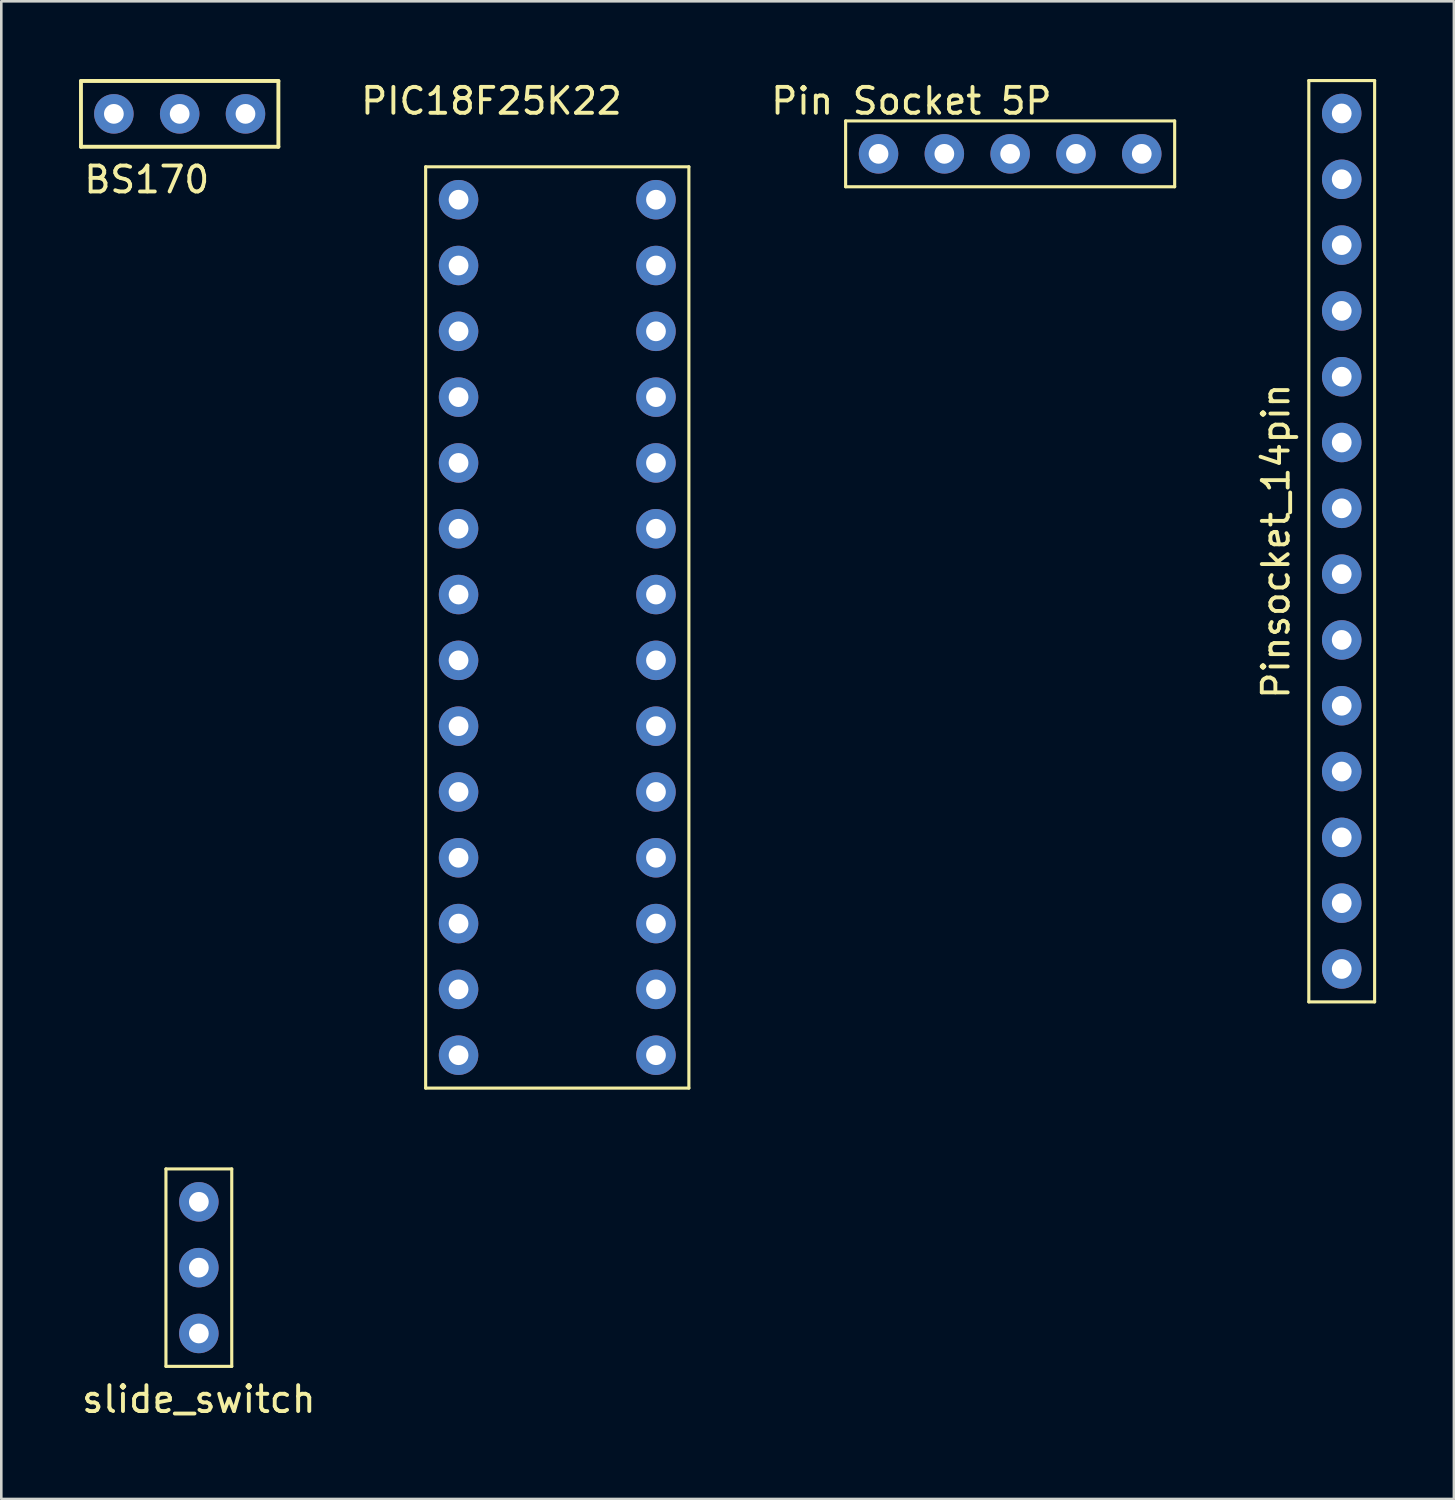
<source format=kicad_pcb>
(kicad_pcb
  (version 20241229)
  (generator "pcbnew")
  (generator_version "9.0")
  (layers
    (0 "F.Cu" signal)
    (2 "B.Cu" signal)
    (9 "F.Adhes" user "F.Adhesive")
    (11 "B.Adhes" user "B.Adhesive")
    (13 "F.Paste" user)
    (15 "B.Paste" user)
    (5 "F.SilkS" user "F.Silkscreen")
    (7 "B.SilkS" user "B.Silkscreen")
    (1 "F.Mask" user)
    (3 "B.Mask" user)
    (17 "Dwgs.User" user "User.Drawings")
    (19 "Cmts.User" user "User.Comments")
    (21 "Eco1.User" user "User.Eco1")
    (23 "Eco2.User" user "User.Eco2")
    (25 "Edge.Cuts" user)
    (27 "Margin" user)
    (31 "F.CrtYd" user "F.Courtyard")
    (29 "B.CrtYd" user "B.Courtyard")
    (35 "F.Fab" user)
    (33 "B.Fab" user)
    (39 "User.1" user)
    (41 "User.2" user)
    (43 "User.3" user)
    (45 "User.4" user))
  (footprint "Pin Socket 5P"
    (layer "F.Cu")
    (at 35.939 2.888)
    (property "Reference" "Pin Socket 5P" (at -3.81 -2.04 0) (layer "F.SilkS") (effects (font (size 1 1) (thickness 0.15))))
    (attr through_hole)
    (fp_line (start -6.35 -1.27) (end -6.35 1.27) (stroke (width 0.12) (type solid)) (layer "F.SilkS"))
    (fp_line (start -6.35 1.27) (end 6.35 1.27) (stroke (width 0.12) (type solid)) (layer "F.SilkS"))
    (fp_line (start 6.35 -1.27) (end -6.35 -1.27) (stroke (width 0.12) (type solid)) (layer "F.SilkS"))
    (fp_line (start 6.35 1.27) (end 6.35 -1.27) (stroke (width 0.12) (type solid)) (layer "F.SilkS"))
    (pad "1" thru_hole circle (at -5.08 0) (size 1.524 1.524) (drill 0.762) (layers "*.Cu" "*.Mask"))
    (pad "2" thru_hole circle (at -2.54 0) (size 1.524 1.524) (drill 0.762) (layers "*.Cu" "*.Mask"))
    (pad "3" thru_hole circle (at 0 0) (size 1.524 1.524) (drill 0.762) (layers "*.Cu" "*.Mask"))
    (pad "4" thru_hole circle (at 2.54 0) (size 1.524 1.524) (drill 0.762) (layers "*.Cu" "*.Mask"))
    (pad "5" thru_hole circle (at 5.08 0) (size 1.524 1.524) (drill 0.762) (layers "*.Cu" "*.Mask")))
  (footprint "PIC18F25K22"
    (layer "F.Cu")
    (at 19.729 21.168)
    (property "Reference" "PIC18F25K22" (at -3.81 -20.32 0) (layer "F.SilkS") (effects (font (size 1 1) (thickness 0.15))))
    (attr through_hole)
    (fp_line (start -6.35 -17.78) (end -6.35 17.78) (stroke (width 0.12) (type solid)) (layer "F.SilkS"))
    (fp_line (start -6.35 17.78) (end 3.81 17.78) (stroke (width 0.12) (type solid)) (layer "F.SilkS"))
    (fp_line (start 3.81 -17.78) (end -6.35 -17.78) (stroke (width 0.12) (type solid)) (layer "F.SilkS"))
    (fp_line (start 3.81 17.78) (end 3.81 -17.78) (stroke (width 0.12) (type solid)) (layer "F.SilkS"))
    (pad "1" thru_hole circle (at -5.08 -16.51) (size 1.524 1.524) (drill 0.762) (layers "*.Cu" "*.Mask"))
    (pad "2" thru_hole circle (at -5.08 -13.97) (size 1.524 1.524) (drill 0.762) (layers "*.Cu" "*.Mask"))
    (pad "3" thru_hole circle (at -5.08 -11.43) (size 1.524 1.524) (drill 0.762) (layers "*.Cu" "*.Mask"))
    (pad "4" thru_hole circle (at -5.08 -8.89) (size 1.524 1.524) (drill 0.762) (layers "*.Cu" "*.Mask"))
    (pad "5" thru_hole circle (at -5.08 -6.35) (size 1.524 1.524) (drill 0.762) (layers "*.Cu" "*.Mask"))
    (pad "6" thru_hole circle (at -5.08 -3.81) (size 1.524 1.524) (drill 0.762) (layers "*.Cu" "*.Mask"))
    (pad "7" thru_hole circle (at -5.08 -1.27) (size 1.524 1.524) (drill 0.762) (layers "*.Cu" "*.Mask"))
    (pad "8" thru_hole circle (at -5.08 1.27) (size 1.524 1.524) (drill 0.762) (layers "*.Cu" "*.Mask"))
    (pad "9" thru_hole circle (at -5.08 3.81) (size 1.524 1.524) (drill 0.762) (layers "*.Cu" "*.Mask"))
    (pad "10" thru_hole circle (at -5.08 6.35) (size 1.524 1.524) (drill 0.762) (layers "*.Cu" "*.Mask"))
    (pad "11" thru_hole circle (at -5.08 8.89) (size 1.524 1.524) (drill 0.762) (layers "*.Cu" "*.Mask"))
    (pad "12" thru_hole circle (at -5.08 11.43) (size 1.524 1.524) (drill 0.762) (layers "*.Cu" "*.Mask"))
    (pad "13" thru_hole circle (at -5.08 13.97) (size 1.524 1.524) (drill 0.762) (layers "*.Cu" "*.Mask"))
    (pad "14" thru_hole circle (at -5.08 16.51) (size 1.524 1.524) (drill 0.762) (layers "*.Cu" "*.Mask"))
    (pad "15" thru_hole circle (at 2.54 16.51) (size 1.524 1.524) (drill 0.762) (layers "*.Cu" "*.Mask"))
    (pad "16" thru_hole circle (at 2.54 13.97) (size 1.524 1.524) (drill 0.762) (layers "*.Cu" "*.Mask"))
    (pad "17" thru_hole circle (at 2.54 11.43) (size 1.524 1.524) (drill 0.762) (layers "*.Cu" "*.Mask"))
    (pad "18" thru_hole circle (at 2.54 8.89) (size 1.524 1.524) (drill 0.762) (layers "*.Cu" "*.Mask"))
    (pad "19" thru_hole circle (at 2.54 6.35) (size 1.524 1.524) (drill 0.762) (layers "*.Cu" "*.Mask"))
    (pad "20" thru_hole circle (at 2.54 3.81) (size 1.524 1.524) (drill 0.762) (layers "*.Cu" "*.Mask"))
    (pad "21" thru_hole circle (at 2.54 1.27) (size 1.524 1.524) (drill 0.762) (layers "*.Cu" "*.Mask"))
    (pad "22" thru_hole circle (at 2.54 -1.27) (size 1.524 1.524) (drill 0.762) (layers "*.Cu" "*.Mask"))
    (pad "23" thru_hole circle (at 2.54 -3.81) (size 1.524 1.524) (drill 0.762) (layers "*.Cu" "*.Mask"))
    (pad "24" thru_hole circle (at 2.54 -6.35) (size 1.524 1.524) (drill 0.762) (layers "*.Cu" "*.Mask"))
    (pad "25" thru_hole circle (at 2.54 -8.89) (size 1.524 1.524) (drill 0.762) (layers "*.Cu" "*.Mask"))
    (pad "26" thru_hole circle (at 2.54 -11.43) (size 1.524 1.524) (drill 0.762) (layers "*.Cu" "*.Mask"))
    (pad "27" thru_hole circle (at 2.54 -13.97) (size 1.524 1.524) (drill 0.762) (layers "*.Cu" "*.Mask"))
    (pad "28" thru_hole circle (at 2.54 -16.51) (size 1.524 1.524) (drill 0.762) (layers "*.Cu" "*.Mask")))
  (footprint "Pinsocket_14pin"
    (layer "F.Cu")
    (at 48.737 16.57)
    (property "Reference" "Pinsocket_14pin" (at -2.54 1.27 270) (layer "F.SilkS") (effects (font (size 1 1) (thickness 0.15))))
    (attr through_hole)
    (fp_line (start -1.27 -16.51) (end -1.27 19.05) (stroke (width 0.12) (type solid)) (layer "F.SilkS"))
    (fp_line (start -1.27 19.05) (end 1.27 19.05) (stroke (width 0.12) (type solid)) (layer "F.SilkS"))
    (fp_line (start 1.27 -16.51) (end -1.27 -16.51) (stroke (width 0.12) (type solid)) (layer "F.SilkS"))
    (fp_line (start 1.27 19.05) (end 1.27 -16.51) (stroke (width 0.12) (type solid)) (layer "F.SilkS"))
    (pad "1" thru_hole circle (at 0 -15.24 270) (size 1.524 1.524) (drill 0.762) (layers "*.Cu" "*.Mask"))
    (pad "2" thru_hole circle (at 0 -12.7 270) (size 1.524 1.524) (drill 0.762) (layers "*.Cu" "*.Mask"))
    (pad "3" thru_hole circle (at 0 -10.16 270) (size 1.524 1.524) (drill 0.762) (layers "*.Cu" "*.Mask"))
    (pad "4" thru_hole circle (at 0 -7.62 270) (size 1.524 1.524) (drill 0.762) (layers "*.Cu" "*.Mask"))
    (pad "5" thru_hole circle (at 0 -5.08 270) (size 1.524 1.524) (drill 0.762) (layers "*.Cu" "*.Mask"))
    (pad "6" thru_hole circle (at 0 -2.54 270) (size 1.524 1.524) (drill 0.762) (layers "*.Cu" "*.Mask"))
    (pad "7" thru_hole circle (at 0 0 270) (size 1.524 1.524) (drill 0.762) (layers "*.Cu" "*.Mask"))
    (pad "8" thru_hole circle (at 0 2.54 270) (size 1.524 1.524) (drill 0.762) (layers "*.Cu" "*.Mask"))
    (pad "9" thru_hole circle (at 0 5.08 270) (size 1.524 1.524) (drill 0.762) (layers "*.Cu" "*.Mask"))
    (pad "10" thru_hole circle (at 0 7.62 270) (size 1.524 1.524) (drill 0.762) (layers "*.Cu" "*.Mask"))
    (pad "11" thru_hole circle (at 0 10.16 270) (size 1.524 1.524) (drill 0.762) (layers "*.Cu" "*.Mask"))
    (pad "12" thru_hole circle (at 0 12.7 270) (size 1.524 1.524) (drill 0.762) (layers "*.Cu" "*.Mask"))
    (pad "13" thru_hole circle (at 0 15.24 270) (size 1.524 1.524) (drill 0.762) (layers "*.Cu" "*.Mask"))
    (pad "14" thru_hole circle (at 0 17.78 270) (size 1.524 1.524) (drill 0.762) (layers "*.Cu" "*.Mask")))
  (footprint "slide_switch"
    (layer "F.Cu")
    (at 4.625 45.878)
    (property "Reference" "slide_switch" (at 0 5.08 0) (layer "F.SilkS") (effects (font (size 1 1) (thickness 0.15))))
    (attr through_hole)
    (fp_line (start -1.27 -3.81) (end -1.27 3.81) (stroke (width 0.12) (type solid)) (layer "F.SilkS"))
    (fp_line (start -1.27 3.81) (end 1.27 3.81) (stroke (width 0.12) (type solid)) (layer "F.SilkS"))
    (fp_line (start 1.27 -3.81) (end -1.27 -3.81) (stroke (width 0.12) (type solid)) (layer "F.SilkS"))
    (fp_line (start 1.27 3.81) (end 1.27 -3.81) (stroke (width 0.12) (type solid)) (layer "F.SilkS"))
    (pad "1" thru_hole circle (at 0 -2.54) (size 1.524 1.524) (drill 0.762) (layers "*.Cu" "*.Mask"))
    (pad "2" thru_hole circle (at 0 0) (size 1.524 1.524) (drill 0.762) (layers "*.Cu" "*.Mask"))
    (pad "3" thru_hole circle (at 0 2.54) (size 1.524 1.524) (drill 0.762) (layers "*.Cu" "*.Mask")))
  (footprint "BS170"
    (layer "F.Cu")
    (at 3.885 1.345)
    (property "Reference" "BS170" (at -1.27 2.54 0) (layer "F.SilkS") (effects (font (size 1 1) (thickness 0.15))))
    (attr through_hole)
    (fp_line (start -3.81 -1.27) (end -3.81 1.27) (stroke (width 0.15) (type solid)) (layer "F.SilkS"))
    (fp_line (start -3.81 1.27) (end 3.81 1.27) (stroke (width 0.15) (type solid)) (layer "F.SilkS"))
    (fp_line (start 3.81 -1.27) (end -3.81 -1.27) (stroke (width 0.15) (type solid)) (layer "F.SilkS"))
    (fp_line (start 3.81 1.27) (end 3.81 -1.27) (stroke (width 0.15) (type solid)) (layer "F.SilkS"))
    (pad "1" thru_hole circle (at -2.54 0) (size 1.524 1.524) (drill 0.762) (layers "*.Cu" "*.Mask"))
    (pad "2" thru_hole circle (at 0 0) (size 1.524 1.524) (drill 0.762) (layers "*.Cu" "*.Mask"))
    (pad "3" thru_hole circle (at 2.54 0) (size 1.524 1.524) (drill 0.762) (layers "*.Cu" "*.Mask")))
  (gr_rect
    (start -3 -3)
    (end 53.067 54.806)
    (stroke (width 0.1) (type default))
    (fill no)
    (layer "Edge.Cuts")))
</source>
